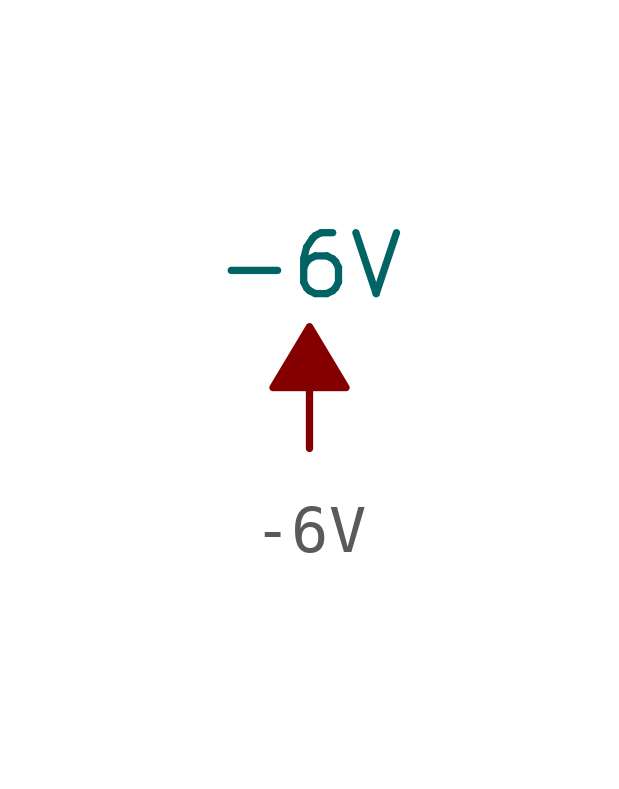
<source format=kicad_sym>
(kicad_symbol_lib
  (version 20211014)
  (generator kicad_symbol_editor)
  (symbol "-6V"
    (power)
    (pin_names
      (offset 0))
    (property "Reference" "#PWR"
      (at 0 2.54 0)
      (effects (font (size 1.27 1.27)) hide))
    (property "Value" "-6V"
      (at 0 3.81 0)
      (effects (font (size 1.27 1.27))))
    (symbol "-6V_0_0"
      (pin power_in line (at 0 0 90) (length 0) hide (name "-6V" (effects (font (size 1.27 1.27)))) (number "1" (effects (font (size 1.27 1.27))))))
    (symbol "-6V_0_1"
      (polyline (pts (xy 0 0) (xy 0 1.27) (xy 0.762 1.27) (xy 0 2.54) (xy -0.762 1.27) (xy 0 1.27)) (stroke (width 0) (type default) (color 0 0 0 0)) (fill (type outline))))))
</source>
